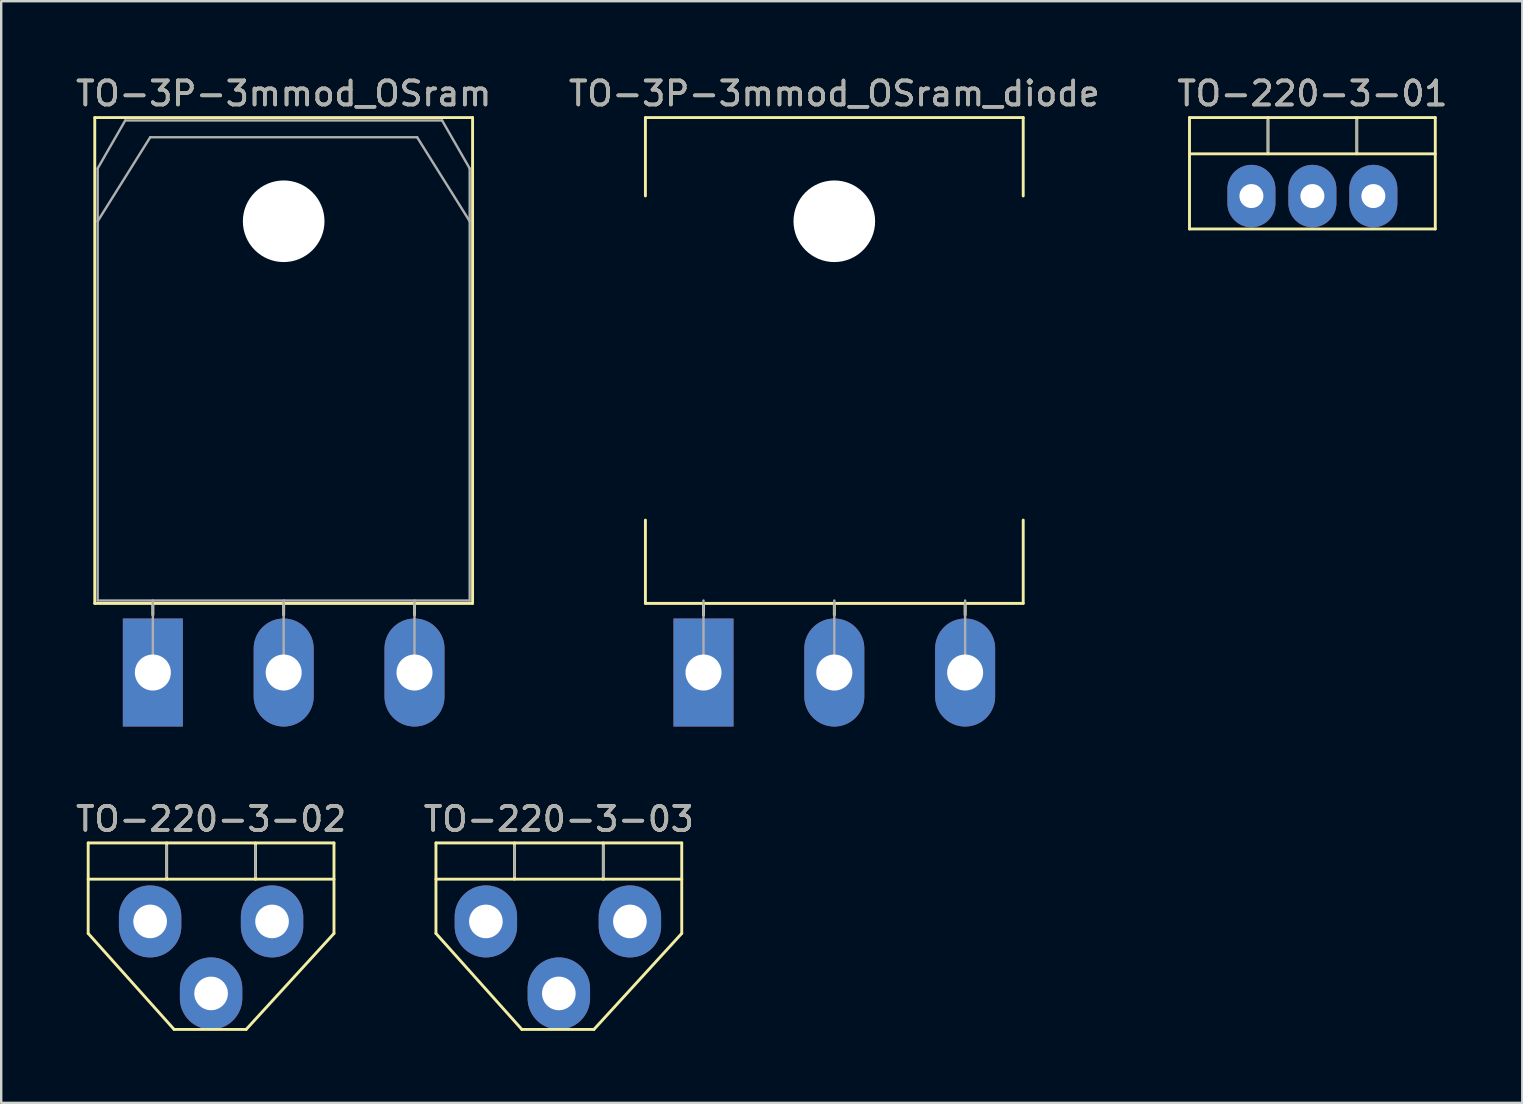
<source format=kicad_pcb>
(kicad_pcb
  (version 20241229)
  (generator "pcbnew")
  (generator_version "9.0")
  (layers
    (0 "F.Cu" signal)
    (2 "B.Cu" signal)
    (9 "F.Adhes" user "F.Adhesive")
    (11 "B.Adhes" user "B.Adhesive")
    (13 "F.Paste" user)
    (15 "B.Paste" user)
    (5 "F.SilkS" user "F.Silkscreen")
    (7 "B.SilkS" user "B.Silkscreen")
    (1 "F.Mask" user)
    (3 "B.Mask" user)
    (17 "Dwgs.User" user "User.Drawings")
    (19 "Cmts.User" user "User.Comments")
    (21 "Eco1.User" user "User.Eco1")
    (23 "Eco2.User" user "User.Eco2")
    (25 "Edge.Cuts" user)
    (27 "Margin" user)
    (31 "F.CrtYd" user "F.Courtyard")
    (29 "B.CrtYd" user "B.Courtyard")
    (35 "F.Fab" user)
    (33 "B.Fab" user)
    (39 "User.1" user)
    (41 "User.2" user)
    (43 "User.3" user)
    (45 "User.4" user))
  (footprint "TO-220-3-01"
    (layer "F.Cu")
    (at 49.085 5.118)
    (property "Reference" "TO-220-3-01" (at 2.54 -4.27 0) (layer "F.SilkS") (effects (font (size 1 1) (thickness 0.15))))
    (attr through_hole)
    (fp_line (start -2.58 -3.27) (end -2.58 1.371) (stroke (width 0.12) (type solid)) (layer "F.SilkS"))
    (fp_line (start -2.58 -3.27) (end 7.66 -3.27) (stroke (width 0.12) (type solid)) (layer "F.SilkS"))
    (fp_line (start -2.58 -1.76) (end 7.66 -1.76) (stroke (width 0.12) (type solid)) (layer "F.SilkS"))
    (fp_line (start -2.58 1.371) (end 7.66 1.371) (stroke (width 0.12) (type solid)) (layer "F.SilkS"))
    (fp_line (start 0.69 -3.27) (end 0.69 -1.76) (stroke (width 0.12) (type solid)) (layer "F.SilkS"))
    (fp_line (start 4.391 -3.27) (end 4.391 -1.76) (stroke (width 0.12) (type solid)) (layer "F.SilkS"))
    (fp_line (start 7.66 -3.27) (end 7.66 1.371) (stroke (width 0.12) (type solid)) (layer "F.SilkS"))
    (fp_line (start 0.69 -3.15) (end 0.69 -1.88) (stroke (width 0.1) (type solid)) (layer "F.Fab"))
    (fp_line (start 4.39 -3.15) (end 4.39 -1.88) (stroke (width 0.1) (type solid)) (layer "F.Fab"))
    (fp_text user "${REFERENCE}" (at 2.54 -4.27 0) (layer "F.Fab") (effects (font (size 1 1) (thickness 0.15))))
    (pad "1" thru_hole oval (at 0 0) (size 2 2.6) (drill 1) (layers "*.Cu" "*.Mask"))
    (pad "2" thru_hole oval (at 2.54 0) (size 2 2.6) (drill 1) (layers "*.Cu" "*.Mask"))
    (pad "3" thru_hole oval (at 5.08 0) (size 2 2.6) (drill 1) (layers "*.Cu" "*.Mask")))
  (footprint "TO-3P-3mmod_OSram"
    (layer "F.Cu")
    (at 3.318 24.968)
    (property "Reference" "TO-3P-3mmod_OSram" (at 5.45 -24.12 0) (layer "F.SilkS") (effects (font (size 1 1) (thickness 0.15))))
    (attr through_hole)
    (fp_line (start -2.42 -23.12) (end -2.42 -2.88) (stroke (width 0.12) (type solid)) (layer "F.SilkS"))
    (fp_line (start -2.42 -23.12) (end 13.32 -23.12) (stroke (width 0.12) (type solid)) (layer "F.SilkS"))
    (fp_line (start -2.42 -2.88) (end 13.32 -2.88) (stroke (width 0.12) (type solid)) (layer "F.SilkS"))
    (fp_line (start 0 -2.88) (end 0 -2.4) (stroke (width 0.12) (type solid)) (layer "F.SilkS"))
    (fp_line (start 5.45 -2.88) (end 5.45 -2.4) (stroke (width 0.12) (type solid)) (layer "F.SilkS"))
    (fp_line (start 10.9 -2.88) (end 10.9 -2.4) (stroke (width 0.12) (type solid)) (layer "F.SilkS"))
    (fp_line (start 13.32 -23.12) (end 13.32 -2.88) (stroke (width 0.12) (type solid)) (layer "F.SilkS"))
    (fp_line (start -2.3 -21) (end -1.15 -23) (stroke (width 0.1) (type solid)) (layer "F.Fab"))
    (fp_line (start -2.3 -18.8) (end -2.3 -21) (stroke (width 0.1) (type solid)) (layer "F.Fab"))
    (fp_line (start -2.3 -18.8) (end -0.11 -22.3) (stroke (width 0.1) (type solid)) (layer "F.Fab"))
    (fp_line (start -2.3 -3) (end -2.3 -18.8) (stroke (width 0.1) (type solid)) (layer "F.Fab"))
    (fp_line (start -1.15 -23) (end 12.05 -23) (stroke (width 0.1) (type solid)) (layer "F.Fab"))
    (fp_line (start -0.11 -22.3) (end 11.01 -22.3) (stroke (width 0.1) (type solid)) (layer "F.Fab"))
    (fp_line (start 0 -3) (end 0 0) (stroke (width 0.1) (type solid)) (layer "F.Fab"))
    (fp_line (start 5.45 -3) (end 5.45 0) (stroke (width 0.1) (type solid)) (layer "F.Fab"))
    (fp_line (start 10.9 -3) (end 10.9 0) (stroke (width 0.1) (type solid)) (layer "F.Fab"))
    (fp_line (start 11.01 -22.3) (end 13.2 -18.8) (stroke (width 0.1) (type solid)) (layer "F.Fab"))
    (fp_line (start 12.05 -23) (end 13.2 -21) (stroke (width 0.1) (type solid)) (layer "F.Fab"))
    (fp_line (start 13.2 -21) (end 13.2 -18.8) (stroke (width 0.1) (type solid)) (layer "F.Fab"))
    (fp_line (start 13.2 -18.8) (end 13.2 -3) (stroke (width 0.1) (type solid)) (layer "F.Fab"))
    (fp_line (start 13.2 -3) (end -2.3 -3) (stroke (width 0.1) (type solid)) (layer "F.Fab"))
    (fp_circle (center 5.45 -18.8) (end 7.05 -18.8) (stroke (width 0.1) (type solid)) (fill no) (layer "F.Fab"))
    (fp_text user "${REFERENCE}" (at 5.45 -24.12 0) (layer "F.Fab") (effects (font (size 1 1) (thickness 0.15))))
    (pad "" np_thru_hole oval (at 5.45 -18.8) (size 3.4 3.4) (drill 3.4) (layers "*.Cu" "*.Mask"))
    (pad "1" thru_hole rect (at 0 0) (size 2.5 4.5) (drill 1.5) (layers "*.Cu" "*.Mask"))
    (pad "2" thru_hole oval (at 5.45 0) (size 2.5 4.5) (drill 1.5) (layers "*.Cu" "*.Mask"))
    (pad "3" thru_hole oval (at 10.9 0) (size 2.5 4.5) (drill 1.5) (layers "*.Cu" "*.Mask")))
  (footprint "TO-220-3-03"
    (layer "F.Cu")
    (at 17.692 35.337)
    (property "Reference" "TO-220-3-03" (at 2.54 -4.27 0) (layer "F.SilkS") (effects (font (size 1 1) (thickness 0.15))))
    (attr through_hole)
    (fp_line (start -2.58 -3.27) (end -2.58 0.5) (stroke (width 0.12) (type solid)) (layer "F.SilkS"))
    (fp_line (start -2.58 -3.27) (end 7.66 -3.27) (stroke (width 0.12) (type solid)) (layer "F.SilkS"))
    (fp_line (start -2.58 -1.76) (end 7.66 -1.76) (stroke (width 0.12) (type solid)) (layer "F.SilkS"))
    (fp_line (start -2.58 0.5) (end 1 4.5) (stroke (width 0.12) (type default)) (layer "F.SilkS"))
    (fp_line (start 0.69 -3.27) (end 0.69 -1.76) (stroke (width 0.12) (type solid)) (layer "F.SilkS"))
    (fp_line (start 1 4.5) (end 4 4.5) (stroke (width 0.12) (type solid)) (layer "F.SilkS"))
    (fp_line (start 4.391 -3.27) (end 4.391 -1.76) (stroke (width 0.12) (type solid)) (layer "F.SilkS"))
    (fp_line (start 7.66 -3.27) (end 7.66 0.5) (stroke (width 0.12) (type solid)) (layer "F.SilkS"))
    (fp_line (start 7.66 0.5) (end 4 4.5) (stroke (width 0.12) (type default)) (layer "F.SilkS"))
    (fp_line (start 0.69 -3.15) (end 0.69 -1.88) (stroke (width 0.1) (type solid)) (layer "F.Fab"))
    (fp_line (start 4.39 -3.15) (end 4.39 -1.88) (stroke (width 0.1) (type solid)) (layer "F.Fab"))
    (fp_text user "${REFERENCE}" (at 2.54 -4.27 0) (layer "F.Fab") (effects (font (size 1 1) (thickness 0.15))))
    (pad "1" thru_hole oval (at -0.5 0) (size 2.6 3) (drill 1.4) (layers "*.Cu" "*.Mask"))
    (pad "2" thru_hole oval (at 2.54 3) (size 2.6 3) (drill 1.4) (layers "*.Cu" "*.Mask"))
    (pad "3" thru_hole oval (at 5.5 0) (size 2.6 3) (drill 1.4) (layers "*.Cu" "*.Mask")))
  (footprint "TO-3P-3mmod_OSram_diode"
    (layer "F.Cu")
    (at 26.258 24.968)
    (property "Reference" "TO-3P-3mmod_OSram_diode" (at 5.45 -24.12 0) (layer "F.SilkS") (effects (font (size 1 1) (thickness 0.15))))
    (attr through_hole)
    (fp_line (start -2.42 -23.12) (end -2.42 -19.855) (stroke (width 0.12) (type solid)) (layer "F.SilkS"))
    (fp_line (start -2.42 -23.12) (end 13.32 -23.12) (stroke (width 0.12) (type solid)) (layer "F.SilkS"))
    (fp_line (start -2.42 -6.35) (end -2.42 -2.88) (stroke (width 0.12) (type solid)) (layer "F.SilkS"))
    (fp_line (start -2.42 -2.88) (end 13.32 -2.88) (stroke (width 0.12) (type solid)) (layer "F.SilkS"))
    (fp_line (start 0 -2.88) (end 0 -2.4) (stroke (width 0.12) (type solid)) (layer "F.SilkS"))
    (fp_line (start 5.45 -2.88) (end 5.45 -2.4) (stroke (width 0.12) (type solid)) (layer "F.SilkS"))
    (fp_line (start 10.9 -2.88) (end 10.9 -2.4) (stroke (width 0.12) (type solid)) (layer "F.SilkS"))
    (fp_line (start 13.32 -23.12) (end 13.32 -19.855) (stroke (width 0.12) (type solid)) (layer "F.SilkS"))
    (fp_line (start 13.32 -6.35) (end 13.32 -2.88) (stroke (width 0.12) (type solid)) (layer "F.SilkS"))
    (fp_line (start 0 -3) (end 0 0) (stroke (width 0.1) (type solid)) (layer "F.Fab"))
    (fp_line (start 5.45 -3) (end 5.45 0) (stroke (width 0.1) (type solid)) (layer "F.Fab"))
    (fp_line (start 10.9 -3) (end 10.9 0) (stroke (width 0.1) (type solid)) (layer "F.Fab"))
    (fp_circle (center 5.45 -18.8) (end 7.05 -18.8) (stroke (width 0.1) (type solid)) (fill no) (layer "F.Fab"))
    (fp_text user "${REFERENCE}" (at 5.45 -24.12 0) (layer "F.Fab") (effects (font (size 1 1) (thickness 0.15))))
    (pad "" np_thru_hole oval (at 5.45 -18.8) (size 3.4 3.4) (drill 3.4) (layers "*.Cu" "*.Mask"))
    (pad "1" thru_hole rect (at 0 0) (size 2.5 4.5) (drill 1.5) (layers "*.Cu" "*.Mask"))
    (pad "2" thru_hole oval (at 5.45 0) (size 2.5 4.5) (drill 1.5) (layers "*.Cu" "*.Mask"))
    (pad "3" thru_hole oval (at 10.9 0) (size 2.5 4.5) (drill 1.5) (layers "*.Cu" "*.Mask")))
  (footprint "TO-220-3-02"
    (layer "F.Cu")
    (at 3.204 35.337)
    (property "Reference" "TO-220-3-02" (at 2.54 -4.27 0) (layer "F.SilkS") (effects (font (size 1 1) (thickness 0.15))))
    (attr through_hole)
    (fp_line (start -2.58 -3.27) (end -2.58 0.5) (stroke (width 0.12) (type solid)) (layer "F.SilkS"))
    (fp_line (start -2.58 -3.27) (end 7.66 -3.27) (stroke (width 0.12) (type solid)) (layer "F.SilkS"))
    (fp_line (start -2.58 -1.76) (end 7.66 -1.76) (stroke (width 0.12) (type solid)) (layer "F.SilkS"))
    (fp_line (start -2.58 0.5) (end 1 4.5) (stroke (width 0.12) (type default)) (layer "F.SilkS"))
    (fp_line (start 0.69 -3.27) (end 0.69 -1.76) (stroke (width 0.12) (type solid)) (layer "F.SilkS"))
    (fp_line (start 1 4.5) (end 4 4.5) (stroke (width 0.12) (type solid)) (layer "F.SilkS"))
    (fp_line (start 4.391 -3.27) (end 4.391 -1.76) (stroke (width 0.12) (type solid)) (layer "F.SilkS"))
    (fp_line (start 7.66 -3.27) (end 7.66 0.5) (stroke (width 0.12) (type solid)) (layer "F.SilkS"))
    (fp_line (start 7.66 0.5) (end 4 4.5) (stroke (width 0.12) (type default)) (layer "F.SilkS"))
    (fp_line (start 0.69 -3.15) (end 0.69 -1.88) (stroke (width 0.1) (type solid)) (layer "F.Fab"))
    (fp_line (start 4.39 -3.15) (end 4.39 -1.88) (stroke (width 0.1) (type solid)) (layer "F.Fab"))
    (fp_text user "${REFERENCE}" (at 2.54 -4.27 0) (layer "F.Fab") (effects (font (size 1 1) (thickness 0.15))))
    (pad "1" thru_hole oval (at 0 0) (size 2.6 3) (drill 1.4) (layers "*.Cu" "*.Mask"))
    (pad "2" thru_hole oval (at 2.54 3) (size 2.6 3) (drill 1.4) (layers "*.Cu" "*.Mask"))
    (pad "3" thru_hole oval (at 5.08 0) (size 2.6 3) (drill 1.4) (layers "*.Cu" "*.Mask")))
  (gr_rect
    (start -3 -3)
    (end 60.369 42.897)
    (stroke (width 0.1) (type default))
    (fill no)
    (layer "Edge.Cuts")))
</source>
